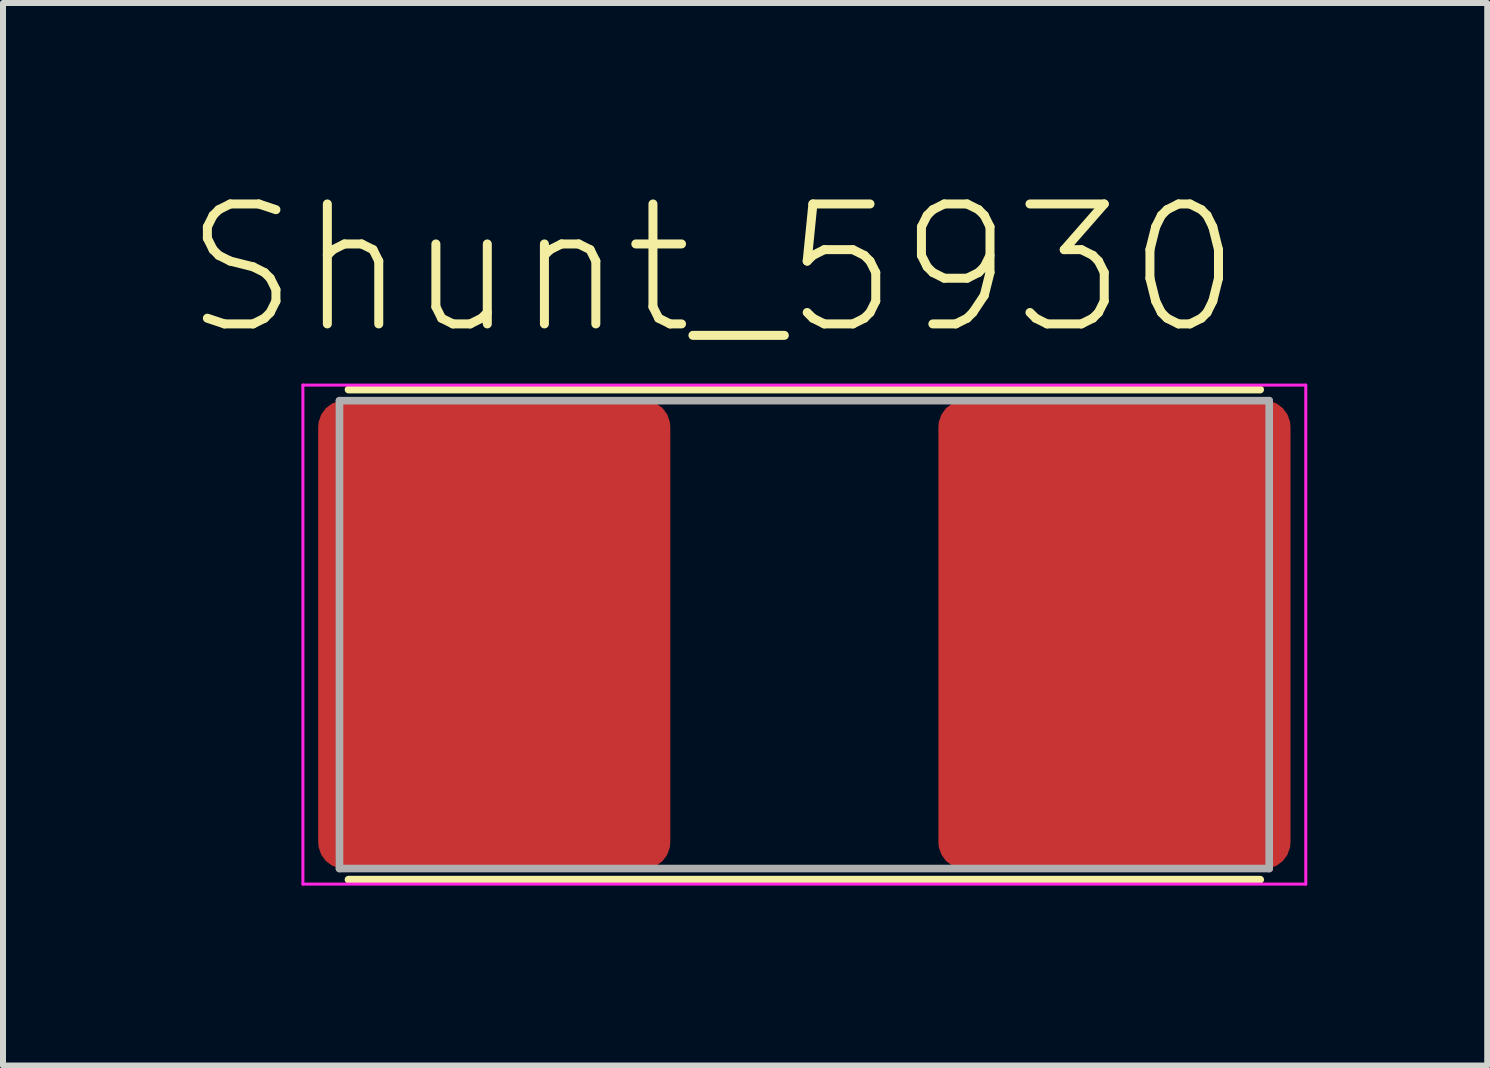
<source format=kicad_pcb>
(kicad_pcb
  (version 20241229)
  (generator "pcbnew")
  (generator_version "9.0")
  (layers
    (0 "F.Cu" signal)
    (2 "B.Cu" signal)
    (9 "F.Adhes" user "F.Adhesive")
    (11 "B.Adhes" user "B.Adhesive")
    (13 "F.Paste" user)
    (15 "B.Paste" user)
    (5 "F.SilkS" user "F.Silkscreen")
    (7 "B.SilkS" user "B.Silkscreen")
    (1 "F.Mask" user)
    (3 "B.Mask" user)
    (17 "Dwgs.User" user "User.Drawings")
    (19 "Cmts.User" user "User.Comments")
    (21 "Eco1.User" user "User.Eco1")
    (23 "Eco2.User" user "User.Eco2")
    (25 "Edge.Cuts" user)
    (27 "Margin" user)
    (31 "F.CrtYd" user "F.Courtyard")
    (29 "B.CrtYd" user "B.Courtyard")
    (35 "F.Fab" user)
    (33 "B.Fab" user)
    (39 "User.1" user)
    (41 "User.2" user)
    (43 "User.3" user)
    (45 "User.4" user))
  (footprint "Shunt_5930"
    (layer "F.Cu")
    (at 10.36 7.53)
    (property "Reference" "Shunt_5930" (at -1.524 -6.097 0) (layer "F.SilkS") (effects (font (size 2 2) (thickness 0.15))))
    (attr smd)
    (fp_line (start -7.6 -4.085) (end 7.6 -4.085) (stroke (width 0.127) (type solid)) (layer "F.SilkS"))
    (fp_line (start -7.6 4.085) (end 7.6 4.085) (stroke (width 0.127) (type solid)) (layer "F.SilkS"))
    (fp_line (start -8.36 -4.16) (end -8.36 4.16) (stroke (width 0.05) (type solid)) (layer "F.CrtYd"))
    (fp_line (start -8.36 4.16) (end 8.36 4.16) (stroke (width 0.05) (type solid)) (layer "F.CrtYd"))
    (fp_line (start 8.36 -4.16) (end -8.36 -4.16) (stroke (width 0.05) (type solid)) (layer "F.CrtYd"))
    (fp_line (start 8.36 4.16) (end 8.36 -4.16) (stroke (width 0.05) (type solid)) (layer "F.CrtYd"))
    (fp_line (start -7.75 -3.9) (end 7.75 -3.9) (stroke (width 0.127) (type solid)) (layer "F.Fab"))
    (fp_line (start -7.75 3.9) (end -7.75 -3.9) (stroke (width 0.127) (type solid)) (layer "F.Fab"))
    (fp_line (start 7.75 -3.9) (end 7.75 3.9) (stroke (width 0.127) (type solid)) (layer "F.Fab"))
    (fp_line (start 7.75 3.9) (end -7.75 3.9) (stroke (width 0.127) (type solid)) (layer "F.Fab"))
    (pad "1" smd roundrect (at -5.17 0) (size 5.87 7.81) (layers "F.Cu" "F.Mask" "F.Paste") (roundrect_rratio 0.075))
    (pad "2" smd roundrect (at 5.17 0) (size 5.87 7.81) (layers "F.Cu" "F.Mask" "F.Paste") (roundrect_rratio 0.075)))
  (gr_rect
    (start -3 -3)
    (end 21.745 14.715)
    (stroke (width 0.1) (type default))
    (fill no)
    (layer "Edge.Cuts")))
</source>
